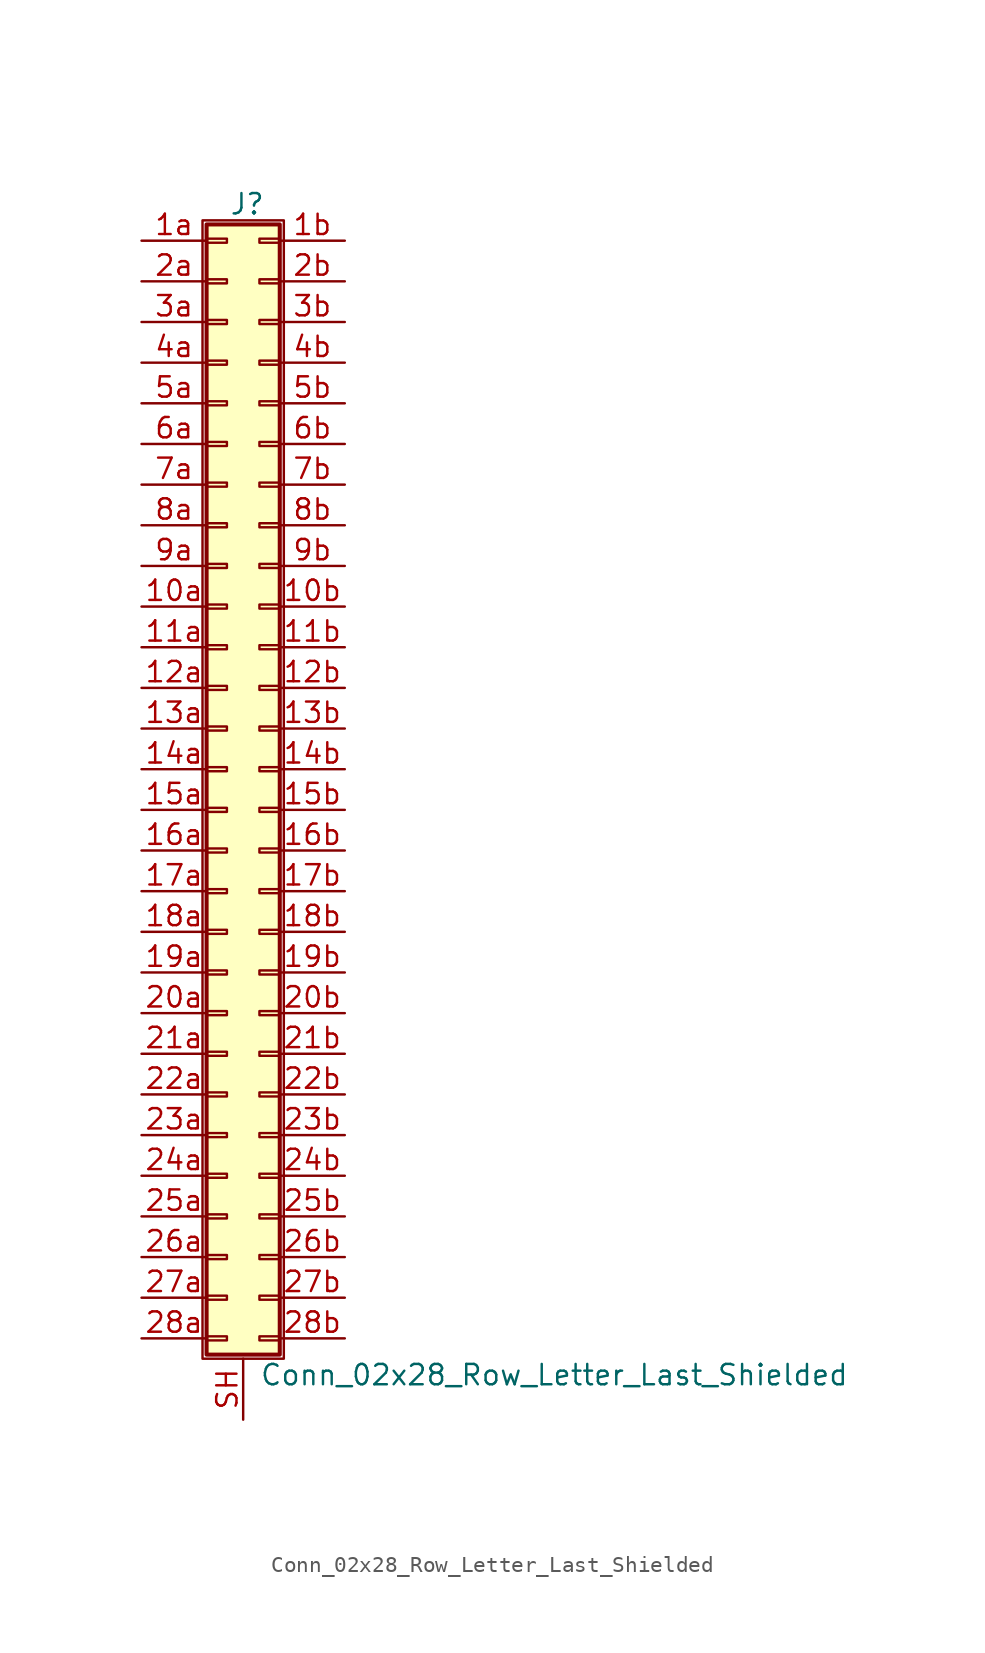
<source format=kicad_sym>
(kicad_symbol_lib
  (version 20201005)
  (generator kicad_symbol_editor)
  (symbol "Conn_02x28_Row_Letter_Last_Shielded"
    (pin_names
      (offset 1.016) hide)
    (property "Reference" "J"
      (at 1.524 35.306 0)
      (effects (font (size 1.27 1.27))))
    (property "Value" "Conn_02x28_Row_Letter_Last_Shielded"
      (at 2.286 -37.846 0)
      (effects (font (size 1.27 1.27)) (justify left)))
    (symbol "Conn_02x28_Row_Letter_Last_Shielded_1_1"
      (rectangle (start -1.27 34.29) (end 3.81 -36.83) (stroke (width 0.152)) (fill (type none)))
      (rectangle (start -1.016 -35.433) (end 0.254 -35.687) (stroke (width 0.152)) (fill (type none)))
      (rectangle (start -1.016 -32.893) (end 0.254 -33.147) (stroke (width 0.152)) (fill (type none)))
      (rectangle (start -1.016 -30.353) (end 0.254 -30.607) (stroke (width 0.152)) (fill (type none)))
      (rectangle (start -1.016 -27.813) (end 0.254 -28.067) (stroke (width 0.152)) (fill (type none)))
      (rectangle (start -1.016 -25.273) (end 0.254 -25.527) (stroke (width 0.152)) (fill (type none)))
      (rectangle (start -1.016 -22.733) (end 0.254 -22.987) (stroke (width 0.152)) (fill (type none)))
      (rectangle (start -1.016 -20.193) (end 0.254 -20.447) (stroke (width 0.152)) (fill (type none)))
      (rectangle (start -1.016 -17.653) (end 0.254 -17.907) (stroke (width 0.152)) (fill (type none)))
      (rectangle (start -1.016 -15.113) (end 0.254 -15.367) (stroke (width 0.152)) (fill (type none)))
      (rectangle (start -1.016 -12.573) (end 0.254 -12.827) (stroke (width 0.152)) (fill (type none)))
      (rectangle (start -1.016 -10.033) (end 0.254 -10.287) (stroke (width 0.152)) (fill (type none)))
      (rectangle (start -1.016 -7.493) (end 0.254 -7.747) (stroke (width 0.152)) (fill (type none)))
      (rectangle (start -1.016 -4.953) (end 0.254 -5.207) (stroke (width 0.152)) (fill (type none)))
      (rectangle (start -1.016 -2.413) (end 0.254 -2.667) (stroke (width 0.152)) (fill (type none)))
      (rectangle (start -1.016 0.127) (end 0.254 -0.127) (stroke (width 0.152)) (fill (type none)))
      (rectangle (start -1.016 2.667) (end 0.254 2.413) (stroke (width 0.152)) (fill (type none)))
      (rectangle (start -1.016 5.207) (end 0.254 4.953) (stroke (width 0.152)) (fill (type none)))
      (rectangle (start -1.016 7.747) (end 0.254 7.493) (stroke (width 0.152)) (fill (type none)))
      (rectangle (start -1.016 10.287) (end 0.254 10.033) (stroke (width 0.152)) (fill (type none)))
      (rectangle (start -1.016 12.827) (end 0.254 12.573) (stroke (width 0.152)) (fill (type none)))
      (rectangle (start -1.016 15.367) (end 0.254 15.113) (stroke (width 0.152)) (fill (type none)))
      (rectangle (start -1.016 17.907) (end 0.254 17.653) (stroke (width 0.152)) (fill (type none)))
      (rectangle (start -1.016 20.447) (end 0.254 20.193) (stroke (width 0.152)) (fill (type none)))
      (rectangle (start -1.016 22.987) (end 0.254 22.733) (stroke (width 0.152)) (fill (type none)))
      (rectangle (start -1.016 25.527) (end 0.254 25.273) (stroke (width 0.152)) (fill (type none)))
      (rectangle (start -1.016 28.067) (end 0.254 27.813) (stroke (width 0.152)) (fill (type none)))
      (rectangle (start -1.016 30.607) (end 0.254 30.353) (stroke (width 0.152)) (fill (type none)))
      (rectangle (start -1.016 33.147) (end 0.254 32.893) (stroke (width 0.152)) (fill (type none)))
      (rectangle (start -1.016 34.036) (end 3.556 -36.576) (stroke (width 0.254)) (fill (type background)))
      (rectangle (start 3.556 -35.433) (end 2.286 -35.687) (stroke (width 0.152)) (fill (type none)))
      (rectangle (start 3.556 -32.893) (end 2.286 -33.147) (stroke (width 0.152)) (fill (type none)))
      (rectangle (start 3.556 -30.353) (end 2.286 -30.607) (stroke (width 0.152)) (fill (type none)))
      (rectangle (start 3.556 -27.813) (end 2.286 -28.067) (stroke (width 0.152)) (fill (type none)))
      (rectangle (start 3.556 -25.273) (end 2.286 -25.527) (stroke (width 0.152)) (fill (type none)))
      (rectangle (start 3.556 -22.733) (end 2.286 -22.987) (stroke (width 0.152)) (fill (type none)))
      (rectangle (start 3.556 -20.193) (end 2.286 -20.447) (stroke (width 0.152)) (fill (type none)))
      (rectangle (start 3.556 -17.653) (end 2.286 -17.907) (stroke (width 0.152)) (fill (type none)))
      (rectangle (start 3.556 -15.113) (end 2.286 -15.367) (stroke (width 0.152)) (fill (type none)))
      (rectangle (start 3.556 -12.573) (end 2.286 -12.827) (stroke (width 0.152)) (fill (type none)))
      (rectangle (start 3.556 -10.033) (end 2.286 -10.287) (stroke (width 0.152)) (fill (type none)))
      (rectangle (start 3.556 -7.493) (end 2.286 -7.747) (stroke (width 0.152)) (fill (type none)))
      (rectangle (start 3.556 -4.953) (end 2.286 -5.207) (stroke (width 0.152)) (fill (type none)))
      (rectangle (start 3.556 -2.413) (end 2.286 -2.667) (stroke (width 0.152)) (fill (type none)))
      (rectangle (start 3.556 0.127) (end 2.286 -0.127) (stroke (width 0.152)) (fill (type none)))
      (rectangle (start 3.556 2.667) (end 2.286 2.413) (stroke (width 0.152)) (fill (type none)))
      (rectangle (start 3.556 5.207) (end 2.286 4.953) (stroke (width 0.152)) (fill (type none)))
      (rectangle (start 3.556 7.747) (end 2.286 7.493) (stroke (width 0.152)) (fill (type none)))
      (rectangle (start 3.556 10.287) (end 2.286 10.033) (stroke (width 0.152)) (fill (type none)))
      (rectangle (start 3.556 12.827) (end 2.286 12.573) (stroke (width 0.152)) (fill (type none)))
      (rectangle (start 3.556 15.367) (end 2.286 15.113) (stroke (width 0.152)) (fill (type none)))
      (rectangle (start 3.556 17.907) (end 2.286 17.653) (stroke (width 0.152)) (fill (type none)))
      (rectangle (start 3.556 20.447) (end 2.286 20.193) (stroke (width 0.152)) (fill (type none)))
      (rectangle (start 3.556 22.987) (end 2.286 22.733) (stroke (width 0.152)) (fill (type none)))
      (rectangle (start 3.556 25.527) (end 2.286 25.273) (stroke (width 0.152)) (fill (type none)))
      (rectangle (start 3.556 28.067) (end 2.286 27.813) (stroke (width 0.152)) (fill (type none)))
      (rectangle (start 3.556 30.607) (end 2.286 30.353) (stroke (width 0.152)) (fill (type none)))
      (rectangle (start 3.556 33.147) (end 2.286 32.893) (stroke (width 0.152)) (fill (type none)))
      (pin passive line (at -5.08 10.16 0) (length 4.064) (name "Pin_10a" (effects (font (size 1.27 1.27)))) (number "10a" (effects (font (size 1.27 1.27)))))
      (pin passive line (at 7.62 10.16 180) (length 4.064) (name "Pin_10b" (effects (font (size 1.27 1.27)))) (number "10b" (effects (font (size 1.27 1.27)))))
      (pin passive line (at -5.08 7.62 0) (length 4.064) (name "Pin_11a" (effects (font (size 1.27 1.27)))) (number "11a" (effects (font (size 1.27 1.27)))))
      (pin passive line (at 7.62 7.62 180) (length 4.064) (name "Pin_11b" (effects (font (size 1.27 1.27)))) (number "11b" (effects (font (size 1.27 1.27)))))
      (pin passive line (at -5.08 5.08 0) (length 4.064) (name "Pin_12a" (effects (font (size 1.27 1.27)))) (number "12a" (effects (font (size 1.27 1.27)))))
      (pin passive line (at 7.62 5.08 180) (length 4.064) (name "Pin_12b" (effects (font (size 1.27 1.27)))) (number "12b" (effects (font (size 1.27 1.27)))))
      (pin passive line (at -5.08 2.54 0) (length 4.064) (name "Pin_13a" (effects (font (size 1.27 1.27)))) (number "13a" (effects (font (size 1.27 1.27)))))
      (pin passive line (at 7.62 2.54 180) (length 4.064) (name "Pin_13b" (effects (font (size 1.27 1.27)))) (number "13b" (effects (font (size 1.27 1.27)))))
      (pin passive line (at -5.08 0 0) (length 4.064) (name "Pin_14a" (effects (font (size 1.27 1.27)))) (number "14a" (effects (font (size 1.27 1.27)))))
      (pin passive line (at 7.62 0 180) (length 4.064) (name "Pin_14b" (effects (font (size 1.27 1.27)))) (number "14b" (effects (font (size 1.27 1.27)))))
      (pin passive line (at -5.08 -2.54 0) (length 4.064) (name "Pin_15a" (effects (font (size 1.27 1.27)))) (number "15a" (effects (font (size 1.27 1.27)))))
      (pin passive line (at 7.62 -2.54 180) (length 4.064) (name "Pin_15b" (effects (font (size 1.27 1.27)))) (number "15b" (effects (font (size 1.27 1.27)))))
      (pin passive line (at -5.08 -5.08 0) (length 4.064) (name "Pin_16a" (effects (font (size 1.27 1.27)))) (number "16a" (effects (font (size 1.27 1.27)))))
      (pin passive line (at 7.62 -5.08 180) (length 4.064) (name "Pin_16b" (effects (font (size 1.27 1.27)))) (number "16b" (effects (font (size 1.27 1.27)))))
      (pin passive line (at -5.08 -7.62 0) (length 4.064) (name "Pin_17a" (effects (font (size 1.27 1.27)))) (number "17a" (effects (font (size 1.27 1.27)))))
      (pin passive line (at 7.62 -7.62 180) (length 4.064) (name "Pin_17b" (effects (font (size 1.27 1.27)))) (number "17b" (effects (font (size 1.27 1.27)))))
      (pin passive line (at -5.08 -10.16 0) (length 4.064) (name "Pin_18a" (effects (font (size 1.27 1.27)))) (number "18a" (effects (font (size 1.27 1.27)))))
      (pin passive line (at 7.62 -10.16 180) (length 4.064) (name "Pin_18b" (effects (font (size 1.27 1.27)))) (number "18b" (effects (font (size 1.27 1.27)))))
      (pin passive line (at -5.08 -12.7 0) (length 4.064) (name "Pin_19a" (effects (font (size 1.27 1.27)))) (number "19a" (effects (font (size 1.27 1.27)))))
      (pin passive line (at 7.62 -12.7 180) (length 4.064) (name "Pin_19b" (effects (font (size 1.27 1.27)))) (number "19b" (effects (font (size 1.27 1.27)))))
      (pin passive line (at -5.08 33.02 0) (length 4.064) (name "Pin_1a" (effects (font (size 1.27 1.27)))) (number "1a" (effects (font (size 1.27 1.27)))))
      (pin passive line (at 7.62 33.02 180) (length 4.064) (name "Pin_1b" (effects (font (size 1.27 1.27)))) (number "1b" (effects (font (size 1.27 1.27)))))
      (pin passive line (at -5.08 -15.24 0) (length 4.064) (name "Pin_20a" (effects (font (size 1.27 1.27)))) (number "20a" (effects (font (size 1.27 1.27)))))
      (pin passive line (at 7.62 -15.24 180) (length 4.064) (name "Pin_20b" (effects (font (size 1.27 1.27)))) (number "20b" (effects (font (size 1.27 1.27)))))
      (pin passive line (at -5.08 -17.78 0) (length 4.064) (name "Pin_21a" (effects (font (size 1.27 1.27)))) (number "21a" (effects (font (size 1.27 1.27)))))
      (pin passive line (at 7.62 -17.78 180) (length 4.064) (name "Pin_21b" (effects (font (size 1.27 1.27)))) (number "21b" (effects (font (size 1.27 1.27)))))
      (pin passive line (at -5.08 -20.32 0) (length 4.064) (name "Pin_22a" (effects (font (size 1.27 1.27)))) (number "22a" (effects (font (size 1.27 1.27)))))
      (pin passive line (at 7.62 -20.32 180) (length 4.064) (name "Pin_22b" (effects (font (size 1.27 1.27)))) (number "22b" (effects (font (size 1.27 1.27)))))
      (pin passive line (at -5.08 -22.86 0) (length 4.064) (name "Pin_23a" (effects (font (size 1.27 1.27)))) (number "23a" (effects (font (size 1.27 1.27)))))
      (pin passive line (at 7.62 -22.86 180) (length 4.064) (name "Pin_23b" (effects (font (size 1.27 1.27)))) (number "23b" (effects (font (size 1.27 1.27)))))
      (pin passive line (at -5.08 -25.4 0) (length 4.064) (name "Pin_24a" (effects (font (size 1.27 1.27)))) (number "24a" (effects (font (size 1.27 1.27)))))
      (pin passive line (at 7.62 -25.4 180) (length 4.064) (name "Pin_24b" (effects (font (size 1.27 1.27)))) (number "24b" (effects (font (size 1.27 1.27)))))
      (pin passive line (at -5.08 -27.94 0) (length 4.064) (name "Pin_25a" (effects (font (size 1.27 1.27)))) (number "25a" (effects (font (size 1.27 1.27)))))
      (pin passive line (at 7.62 -27.94 180) (length 4.064) (name "Pin_25b" (effects (font (size 1.27 1.27)))) (number "25b" (effects (font (size 1.27 1.27)))))
      (pin passive line (at -5.08 -30.48 0) (length 4.064) (name "Pin_26a" (effects (font (size 1.27 1.27)))) (number "26a" (effects (font (size 1.27 1.27)))))
      (pin passive line (at 7.62 -30.48 180) (length 4.064) (name "Pin_26b" (effects (font (size 1.27 1.27)))) (number "26b" (effects (font (size 1.27 1.27)))))
      (pin passive line (at -5.08 -33.02 0) (length 4.064) (name "Pin_27a" (effects (font (size 1.27 1.27)))) (number "27a" (effects (font (size 1.27 1.27)))))
      (pin passive line (at 7.62 -33.02 180) (length 4.064) (name "Pin_27b" (effects (font (size 1.27 1.27)))) (number "27b" (effects (font (size 1.27 1.27)))))
      (pin passive line (at -5.08 -35.56 0) (length 4.064) (name "Pin_28a" (effects (font (size 1.27 1.27)))) (number "28a" (effects (font (size 1.27 1.27)))))
      (pin passive line (at 7.62 -35.56 180) (length 4.064) (name "Pin_28b" (effects (font (size 1.27 1.27)))) (number "28b" (effects (font (size 1.27 1.27)))))
      (pin passive line (at -5.08 30.48 0) (length 4.064) (name "Pin_2a" (effects (font (size 1.27 1.27)))) (number "2a" (effects (font (size 1.27 1.27)))))
      (pin passive line (at 7.62 30.48 180) (length 4.064) (name "Pin_2b" (effects (font (size 1.27 1.27)))) (number "2b" (effects (font (size 1.27 1.27)))))
      (pin passive line (at -5.08 27.94 0) (length 4.064) (name "Pin_3a" (effects (font (size 1.27 1.27)))) (number "3a" (effects (font (size 1.27 1.27)))))
      (pin passive line (at 7.62 27.94 180) (length 4.064) (name "Pin_3b" (effects (font (size 1.27 1.27)))) (number "3b" (effects (font (size 1.27 1.27)))))
      (pin passive line (at -5.08 25.4 0) (length 4.064) (name "Pin_4a" (effects (font (size 1.27 1.27)))) (number "4a" (effects (font (size 1.27 1.27)))))
      (pin passive line (at 7.62 25.4 180) (length 4.064) (name "Pin_4b" (effects (font (size 1.27 1.27)))) (number "4b" (effects (font (size 1.27 1.27)))))
      (pin passive line (at -5.08 22.86 0) (length 4.064) (name "Pin_5a" (effects (font (size 1.27 1.27)))) (number "5a" (effects (font (size 1.27 1.27)))))
      (pin passive line (at 7.62 22.86 180) (length 4.064) (name "Pin_5b" (effects (font (size 1.27 1.27)))) (number "5b" (effects (font (size 1.27 1.27)))))
      (pin passive line (at -5.08 20.32 0) (length 4.064) (name "Pin_6a" (effects (font (size 1.27 1.27)))) (number "6a" (effects (font (size 1.27 1.27)))))
      (pin passive line (at 7.62 20.32 180) (length 4.064) (name "Pin_6b" (effects (font (size 1.27 1.27)))) (number "6b" (effects (font (size 1.27 1.27)))))
      (pin passive line (at -5.08 17.78 0) (length 4.064) (name "Pin_7a" (effects (font (size 1.27 1.27)))) (number "7a" (effects (font (size 1.27 1.27)))))
      (pin passive line (at 7.62 17.78 180) (length 4.064) (name "Pin_7b" (effects (font (size 1.27 1.27)))) (number "7b" (effects (font (size 1.27 1.27)))))
      (pin passive line (at -5.08 15.24 0) (length 4.064) (name "Pin_8a" (effects (font (size 1.27 1.27)))) (number "8a" (effects (font (size 1.27 1.27)))))
      (pin passive line (at 7.62 15.24 180) (length 4.064) (name "Pin_8b" (effects (font (size 1.27 1.27)))) (number "8b" (effects (font (size 1.27 1.27)))))
      (pin passive line (at -5.08 12.7 0) (length 4.064) (name "Pin_9a" (effects (font (size 1.27 1.27)))) (number "9a" (effects (font (size 1.27 1.27)))))
      (pin passive line (at 7.62 12.7 180) (length 4.064) (name "Pin_9b" (effects (font (size 1.27 1.27)))) (number "9b" (effects (font (size 1.27 1.27)))))
      (pin passive line (at 1.27 -40.64 90) (length 3.81) (name "Shield" (effects (font (size 1.27 1.27)))) (number "SH" (effects (font (size 1.27 1.27))))))))
</source>
